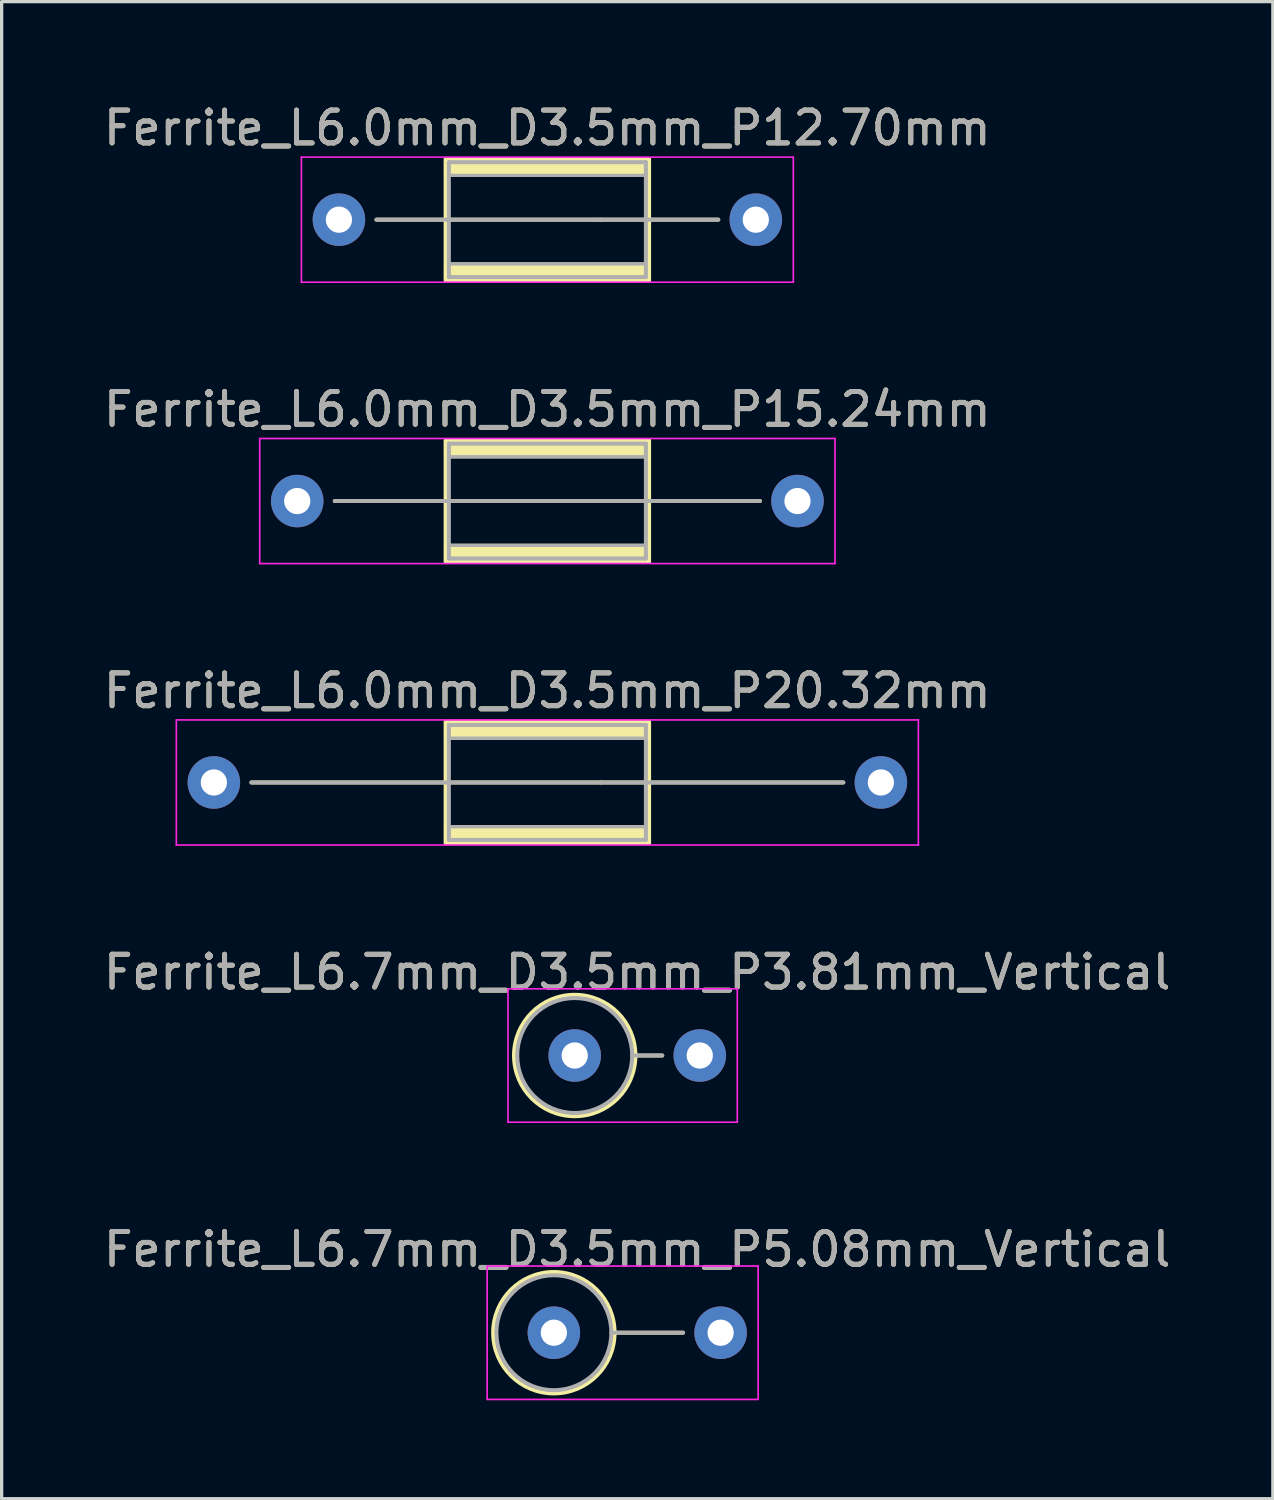
<source format=kicad_pcb>
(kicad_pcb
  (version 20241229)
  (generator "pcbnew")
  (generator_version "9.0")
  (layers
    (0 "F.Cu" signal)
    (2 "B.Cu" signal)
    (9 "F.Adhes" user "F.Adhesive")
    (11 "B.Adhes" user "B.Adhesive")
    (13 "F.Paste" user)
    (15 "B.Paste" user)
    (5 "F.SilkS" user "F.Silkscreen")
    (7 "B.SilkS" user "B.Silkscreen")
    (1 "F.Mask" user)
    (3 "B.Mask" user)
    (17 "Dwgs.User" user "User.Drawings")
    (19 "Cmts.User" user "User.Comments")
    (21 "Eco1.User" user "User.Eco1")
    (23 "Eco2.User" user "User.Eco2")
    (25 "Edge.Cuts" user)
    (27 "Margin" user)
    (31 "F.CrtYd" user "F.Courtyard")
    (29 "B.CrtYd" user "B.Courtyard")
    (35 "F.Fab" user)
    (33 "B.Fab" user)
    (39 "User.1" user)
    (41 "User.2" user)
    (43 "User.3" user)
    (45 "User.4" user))
  (footprint "Ferrite_L6.0mm_D3.5mm_P12.70mm"
    (layer "F.Cu")
    (at 7.275 3.642)
    (property "Reference" "Ferrite_L6.0mm_D3.5mm_P12.70mm" (at 6.35 -2.794 0) (layer "F.SilkS") (effects (font (size 1 1) (thickness 0.15))))
    (fp_line (start 7.964 0.000002) (end 1.143 0) (stroke (width 0.12) (type solid)) (layer "F.SilkS"))
    (fp_line (start 7.964 0.000002) (end 11.557 0) (stroke (width 0.12) (type solid)) (layer "F.SilkS"))
    (fp_rect (start 3.25 -1.85) (end 9.45 1.85) (stroke (width 0.12) (type solid)) (fill no) (layer "F.SilkS"))
    (fp_poly (pts (xy 3.25 1.35) (xy 9.45 1.35) (xy 9.45 1.85) (xy 3.25 1.85)) (stroke (width 0.1) (type solid)) (fill yes) (layer "F.SilkS"))
    (fp_poly (pts (xy 9.45 -1.35) (xy 3.25 -1.35) (xy 3.25 -1.85) (xy 9.45 -1.85)) (stroke (width 0.1) (type solid)) (fill yes) (layer "F.SilkS"))
    (fp_line (start -1.143 -1.905) (end 13.843 -1.905) (stroke (width 0.05) (type solid)) (layer "F.CrtYd"))
    (fp_line (start -1.143 1.905) (end -1.143 -1.905) (stroke (width 0.05) (type solid)) (layer "F.CrtYd"))
    (fp_line (start 13.843 -1.905) (end 13.843 1.905) (stroke (width 0.05) (type solid)) (layer "F.CrtYd"))
    (fp_line (start 13.843 1.905) (end -1.143 1.905) (stroke (width 0.05) (type solid)) (layer "F.CrtYd"))
    (fp_line (start 3.35 -1.75) (end 9.35 -1.75) (stroke (width 0.12) (type solid)) (layer "F.Fab"))
    (fp_line (start 3.35 1.75) (end 3.35 -1.75) (stroke (width 0.12) (type solid)) (layer "F.Fab"))
    (fp_line (start 7.837 0.000002) (end 1.143 0) (stroke (width 0.12) (type solid)) (layer "F.Fab"))
    (fp_line (start 7.874 0) (end 11.557 0) (stroke (width 0.12) (type solid)) (layer "F.Fab"))
    (fp_line (start 9.35 -1.75) (end 9.35 1.75) (stroke (width 0.12) (type solid)) (layer "F.Fab"))
    (fp_line (start 9.35 1.75) (end 3.35 1.75) (stroke (width 0.12) (type solid)) (layer "F.Fab"))
    (fp_poly (pts (xy 3.35 1.35) (xy 9.35 1.35) (xy 9.35 1.75) (xy 3.35 1.75)) (stroke (width 0.1) (type solid)) (fill no) (layer "F.Fab"))
    (fp_poly (pts (xy 9.35 -1.35) (xy 3.35 -1.35) (xy 3.35 -1.75) (xy 9.35 -1.75)) (stroke (width 0.1) (type solid)) (fill no) (layer "F.Fab"))
    (fp_text user "${REFERENCE}" (at 6.35 -2.793 0) (layer "F.Fab") (effects (font (size 1 1) (thickness 0.15))))
    (pad "1" thru_hole circle (at 0 0) (size 1.6 1.6) (drill 0.8) (layers "*.Cu" "*.Mask"))
    (pad "2" thru_hole circle (at 12.7 0) (size 1.6 1.6) (drill 0.8) (layers "*.Cu" "*.Mask")))
  (footprint "Ferrite_L6.7mm_D3.5mm_P5.08mm_Vertical"
    (layer "F.Cu")
    (at 13.823 37.55)
    (property "Reference" "Ferrite_L6.7mm_D3.5mm_P5.08mm_Vertical" (at 2.54 -2.54 0) (layer "F.SilkS") (effects (font (size 1 1) (thickness 0.15))))
    (fp_line (start 1.85 0) (end 3.937 0) (stroke (width 0.12) (type solid)) (layer "F.SilkS"))
    (fp_circle (center 0 0) (end 0 -1.85) (stroke (width 0.12) (type solid)) (fill no) (layer "F.SilkS"))
    (fp_line (start -2.032 -2.032) (end 6.223 -2.032) (stroke (width 0.05) (type solid)) (layer "F.CrtYd"))
    (fp_line (start -2.032 2.032) (end -2.032 -2.032) (stroke (width 0.05) (type solid)) (layer "F.CrtYd"))
    (fp_line (start 6.223 -2.032) (end 6.223 2.032) (stroke (width 0.05) (type solid)) (layer "F.CrtYd"))
    (fp_line (start 6.223 2.032) (end -2.032 2.032) (stroke (width 0.05) (type solid)) (layer "F.CrtYd"))
    (fp_line (start 1.75 0) (end 3.937 0) (stroke (width 0.12) (type solid)) (layer "F.Fab"))
    (fp_circle (center 0 0) (end 0 -1.75) (stroke (width 0.12) (type solid)) (fill no) (layer "F.Fab"))
    (fp_text user "${REFERENCE}" (at 2.54 -2.539 0) (layer "F.Fab") (effects (font (size 1 1) (thickness 0.15))))
    (pad "1" thru_hole circle (at 0 0) (size 1.6 1.6) (drill 0.8) (layers "*.Cu" "*.Mask"))
    (pad "2" thru_hole circle (at 5.08 0) (size 1.6 1.6) (drill 0.8) (layers "*.Cu" "*.Mask")))
  (footprint "Ferrite_L6.0mm_D3.5mm_P15.24mm"
    (layer "F.Cu")
    (at 6.005 12.214)
    (property "Reference" "Ferrite_L6.0mm_D3.5mm_P15.24mm" (at 7.62 -2.794 0) (layer "F.SilkS") (effects (font (size 1 1) (thickness 0.15))))
    (fp_line (start 9.234 0.000002) (end 1.143 0) (stroke (width 0.12) (type solid)) (layer "F.SilkS"))
    (fp_line (start 9.234 0.000002) (end 14.097 0) (stroke (width 0.12) (type solid)) (layer "F.SilkS"))
    (fp_rect (start 4.52 -1.85) (end 10.72 1.85) (stroke (width 0.12) (type solid)) (fill no) (layer "F.SilkS"))
    (fp_poly (pts (xy 4.52 1.35) (xy 10.72 1.35) (xy 10.72 1.85) (xy 4.52 1.85)) (stroke (width 0.1) (type solid)) (fill yes) (layer "F.SilkS"))
    (fp_poly (pts (xy 10.72 -1.35) (xy 4.52 -1.35) (xy 4.52 -1.85) (xy 10.72 -1.85)) (stroke (width 0.1) (type solid)) (fill yes) (layer "F.SilkS"))
    (fp_line (start -1.143 -1.905) (end 16.383 -1.905) (stroke (width 0.05) (type solid)) (layer "F.CrtYd"))
    (fp_line (start -1.143 1.905) (end -1.143 -1.905) (stroke (width 0.05) (type solid)) (layer "F.CrtYd"))
    (fp_line (start 16.383 -1.905) (end 16.383 1.905) (stroke (width 0.05) (type solid)) (layer "F.CrtYd"))
    (fp_line (start 16.383 1.905) (end -1.143 1.905) (stroke (width 0.05) (type solid)) (layer "F.CrtYd"))
    (fp_line (start 4.62 -1.75) (end 10.62 -1.75) (stroke (width 0.12) (type solid)) (layer "F.Fab"))
    (fp_line (start 4.62 1.75) (end 4.62 -1.75) (stroke (width 0.12) (type solid)) (layer "F.Fab"))
    (fp_line (start 9.107 0.000002) (end 1.143 0) (stroke (width 0.12) (type solid)) (layer "F.Fab"))
    (fp_line (start 9.144 0) (end 14.097 0) (stroke (width 0.12) (type solid)) (layer "F.Fab"))
    (fp_line (start 10.62 -1.75) (end 10.62 1.75) (stroke (width 0.12) (type solid)) (layer "F.Fab"))
    (fp_line (start 10.62 1.75) (end 4.62 1.75) (stroke (width 0.12) (type solid)) (layer "F.Fab"))
    (fp_poly (pts (xy 4.62 1.35) (xy 10.62 1.35) (xy 10.62 1.75) (xy 4.62 1.75)) (stroke (width 0.1) (type solid)) (fill no) (layer "F.Fab"))
    (fp_poly (pts (xy 10.62 -1.35) (xy 4.62 -1.35) (xy 4.62 -1.75) (xy 10.62 -1.75)) (stroke (width 0.1) (type solid)) (fill no) (layer "F.Fab"))
    (fp_text user "${REFERENCE}" (at 7.62 -2.793 0) (layer "F.Fab") (effects (font (size 1 1) (thickness 0.15))))
    (pad "1" thru_hole circle (at 0 0) (size 1.6 1.6) (drill 0.8) (layers "*.Cu" "*.Mask"))
    (pad "2" thru_hole circle (at 15.24 0) (size 1.6 1.6) (drill 0.8) (layers "*.Cu" "*.Mask")))
  (footprint "Ferrite_L6.0mm_D3.5mm_P20.32mm"
    (layer "F.Cu")
    (at 3.465 20.787)
    (property "Reference" "Ferrite_L6.0mm_D3.5mm_P20.32mm" (at 10.16 -2.794 0) (layer "F.SilkS") (effects (font (size 1 1) (thickness 0.15))))
    (fp_line (start 11.774 0.000002) (end 1.143 0) (stroke (width 0.12) (type solid)) (layer "F.SilkS"))
    (fp_line (start 11.774 0.000002) (end 19.177 0) (stroke (width 0.12) (type solid)) (layer "F.SilkS"))
    (fp_rect (start 7.06 -1.85) (end 13.26 1.85) (stroke (width 0.12) (type solid)) (fill no) (layer "F.SilkS"))
    (fp_poly (pts (xy 7.06 1.35) (xy 13.26 1.35) (xy 13.26 1.85) (xy 7.06 1.85)) (stroke (width 0.1) (type solid)) (fill yes) (layer "F.SilkS"))
    (fp_poly (pts (xy 13.26 -1.35) (xy 7.06 -1.35) (xy 7.06 -1.85) (xy 13.26 -1.85)) (stroke (width 0.1) (type solid)) (fill yes) (layer "F.SilkS"))
    (fp_line (start -1.143 -1.905) (end 21.463 -1.905) (stroke (width 0.05) (type solid)) (layer "F.CrtYd"))
    (fp_line (start -1.143 1.905) (end -1.143 -1.905) (stroke (width 0.05) (type solid)) (layer "F.CrtYd"))
    (fp_line (start 21.463 -1.905) (end 21.463 1.905) (stroke (width 0.05) (type solid)) (layer "F.CrtYd"))
    (fp_line (start 21.463 1.905) (end -1.143 1.905) (stroke (width 0.05) (type solid)) (layer "F.CrtYd"))
    (fp_line (start 7.16 -1.75) (end 13.16 -1.75) (stroke (width 0.12) (type solid)) (layer "F.Fab"))
    (fp_line (start 7.16 1.75) (end 7.16 -1.75) (stroke (width 0.12) (type solid)) (layer "F.Fab"))
    (fp_line (start 11.647 0.000002) (end 1.143 0) (stroke (width 0.12) (type solid)) (layer "F.Fab"))
    (fp_line (start 11.684 0) (end 19.177 0) (stroke (width 0.12) (type solid)) (layer "F.Fab"))
    (fp_line (start 13.16 -1.75) (end 13.16 1.75) (stroke (width 0.12) (type solid)) (layer "F.Fab"))
    (fp_line (start 13.16 1.75) (end 7.16 1.75) (stroke (width 0.12) (type solid)) (layer "F.Fab"))
    (fp_poly (pts (xy 7.16 1.35) (xy 13.16 1.35) (xy 13.16 1.75) (xy 7.16 1.75)) (stroke (width 0.1) (type solid)) (fill no) (layer "F.Fab"))
    (fp_poly (pts (xy 13.16 -1.35) (xy 7.16 -1.35) (xy 7.16 -1.75) (xy 13.16 -1.75)) (stroke (width 0.1) (type solid)) (fill no) (layer "F.Fab"))
    (fp_text user "${REFERENCE}" (at 10.16 -2.793 0) (layer "F.Fab") (effects (font (size 1 1) (thickness 0.15))))
    (pad "1" thru_hole circle (at 0 0) (size 1.6 1.6) (drill 0.8) (layers "*.Cu" "*.Mask"))
    (pad "2" thru_hole circle (at 20.32 0) (size 1.6 1.6) (drill 0.8) (layers "*.Cu" "*.Mask")))
  (footprint "Ferrite_L6.7mm_D3.5mm_P3.81mm_Vertical"
    (layer "F.Cu")
    (at 14.458 29.105)
    (property "Reference" "Ferrite_L6.7mm_D3.5mm_P3.81mm_Vertical" (at 1.905 -2.54 0) (layer "F.SilkS") (effects (font (size 1 1) (thickness 0.15))))
    (fp_line (start 1.85 0) (end 2.667 0) (stroke (width 0.12) (type solid)) (layer "F.SilkS"))
    (fp_circle (center 0 0) (end 0 -1.85) (stroke (width 0.12) (type solid)) (fill no) (layer "F.SilkS"))
    (fp_line (start -2.032 -2.032) (end 4.953 -2.032) (stroke (width 0.05) (type solid)) (layer "F.CrtYd"))
    (fp_line (start -2.032 2.032) (end -2.032 -2.032) (stroke (width 0.05) (type solid)) (layer "F.CrtYd"))
    (fp_line (start 4.953 -2.032) (end 4.953 2.032) (stroke (width 0.05) (type solid)) (layer "F.CrtYd"))
    (fp_line (start 4.953 2.032) (end -2.032 2.032) (stroke (width 0.05) (type solid)) (layer "F.CrtYd"))
    (fp_line (start 1.75 0) (end 2.667 0) (stroke (width 0.12) (type solid)) (layer "F.Fab"))
    (fp_circle (center 0 0) (end 0 -1.75) (stroke (width 0.12) (type solid)) (fill no) (layer "F.Fab"))
    (fp_text user "${REFERENCE}" (at 1.905 -2.539 0) (layer "F.Fab") (effects (font (size 1 1) (thickness 0.15))))
    (pad "1" thru_hole circle (at 0 0) (size 1.6 1.6) (drill 0.8) (layers "*.Cu" "*.Mask"))
    (pad "2" thru_hole circle (at 3.81 0) (size 1.6 1.6) (drill 0.8) (layers "*.Cu" "*.Mask")))
  (gr_rect
    (start -3 -3)
    (end 35.726 42.607)
    (stroke (width 0.1) (type default))
    (fill no)
    (layer "Edge.Cuts")))
</source>
